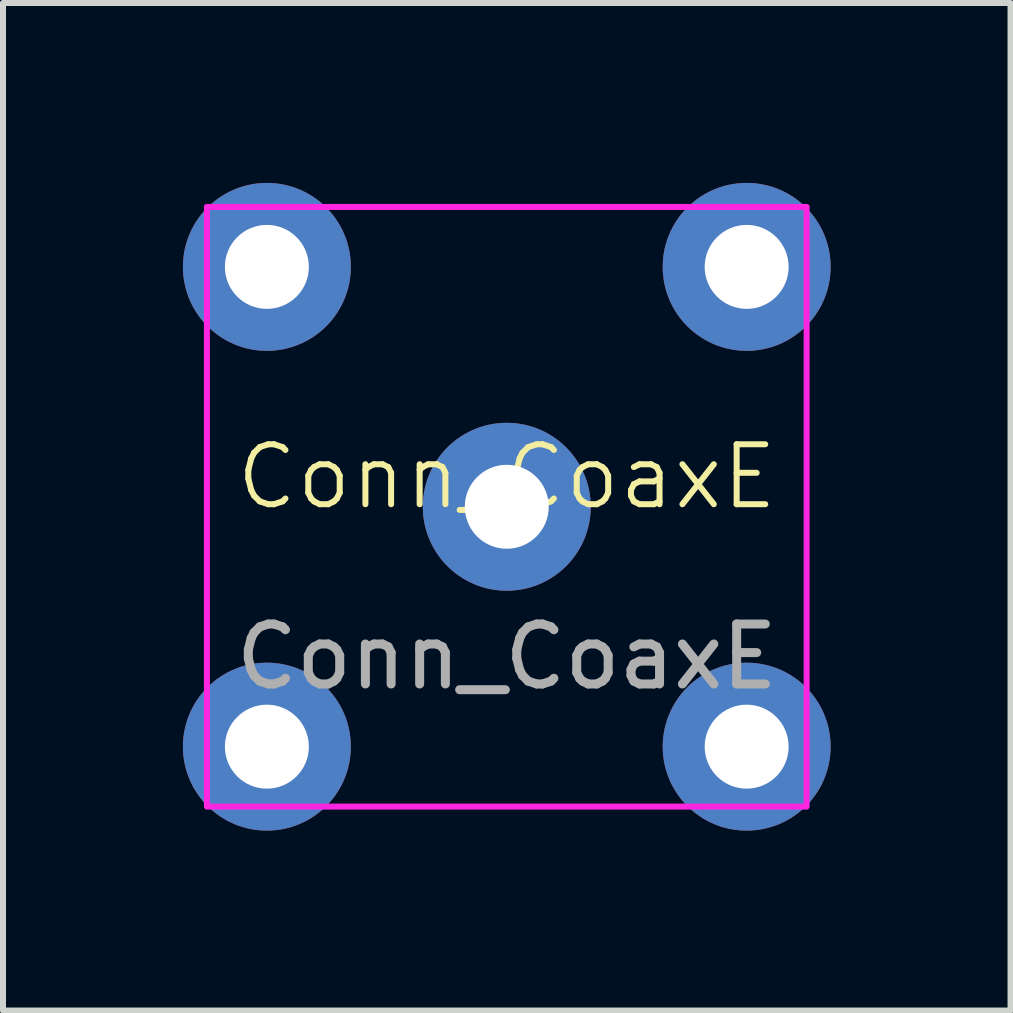
<source format=kicad_pcb>
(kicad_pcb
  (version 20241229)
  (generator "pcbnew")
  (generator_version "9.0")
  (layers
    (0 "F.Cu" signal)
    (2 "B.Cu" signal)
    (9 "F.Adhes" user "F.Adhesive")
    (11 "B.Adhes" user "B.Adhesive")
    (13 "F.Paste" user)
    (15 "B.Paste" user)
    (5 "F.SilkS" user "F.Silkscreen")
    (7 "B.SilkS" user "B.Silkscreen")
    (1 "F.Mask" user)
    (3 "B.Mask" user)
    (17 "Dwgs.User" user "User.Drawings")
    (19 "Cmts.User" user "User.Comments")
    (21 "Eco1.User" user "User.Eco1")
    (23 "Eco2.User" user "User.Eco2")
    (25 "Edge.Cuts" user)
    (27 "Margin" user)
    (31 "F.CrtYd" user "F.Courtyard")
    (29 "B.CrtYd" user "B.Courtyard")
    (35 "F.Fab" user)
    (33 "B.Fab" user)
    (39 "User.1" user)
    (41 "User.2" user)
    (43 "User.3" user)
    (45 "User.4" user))
  (footprint "Conn_CoaxE"
    (layer "F.Cu")
    (at 5.4 5.4)
    (property "Reference" "Conn_CoaxE" (at 0 -0.5 0) (unlocked yes) (layer "F.SilkS") (effects (font (size 1 1) (thickness 0.1))))
    (attr through_hole)
    (fp_rect (start -5 -5) (end 5 5) (stroke (width 0.1) (type solid)) (fill no) (layer "F.CrtYd"))
    (fp_text user "${REFERENCE}" (at 0 2.5 0) (unlocked yes) (layer "F.Fab") (effects (font (size 1 1) (thickness 0.15))))
    (pad "1" thru_hole circle (at -4 4) (size 2.8 2.8) (drill 1.4) (layers "*.Cu" "*.Mask"))
    (pad "2" thru_hole circle (at -4 -4) (size 2.8 2.8) (drill 1.4) (layers "*.Cu" "*.Mask"))
    (pad "3" thru_hole circle (at 4 -4) (size 2.8 2.8) (drill 1.4) (layers "*.Cu" "*.Mask"))
    (pad "4" thru_hole circle (at 4 4) (size 2.8 2.8) (drill 1.4) (layers "*.Cu" "*.Mask"))
    (pad "5" thru_hole circle (at 0 0) (size 2.8 2.8) (drill 1.4) (layers "*.Cu" "*.Mask")))
  (gr_rect
    (start -3 -3)
    (end 13.8 13.8)
    (stroke (width 0.1) (type default))
    (fill no)
    (layer "Edge.Cuts")))
</source>
